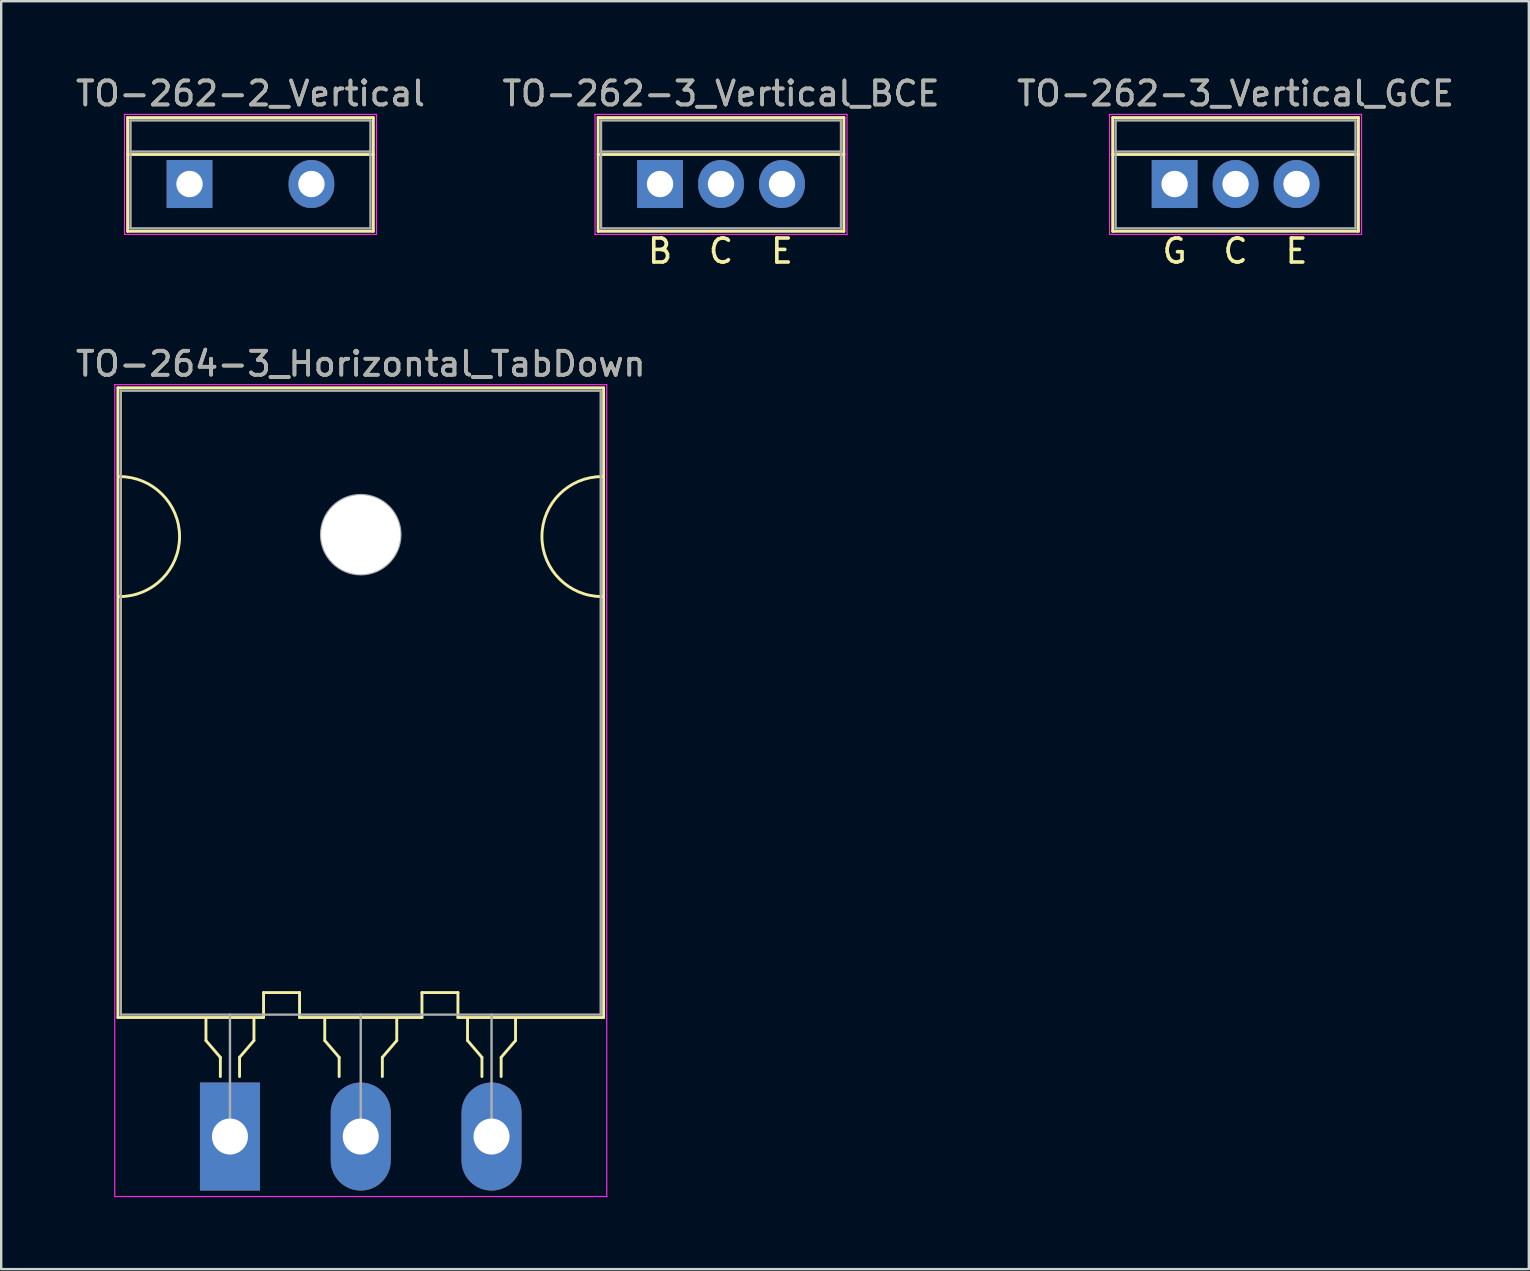
<source format=kicad_pcb>
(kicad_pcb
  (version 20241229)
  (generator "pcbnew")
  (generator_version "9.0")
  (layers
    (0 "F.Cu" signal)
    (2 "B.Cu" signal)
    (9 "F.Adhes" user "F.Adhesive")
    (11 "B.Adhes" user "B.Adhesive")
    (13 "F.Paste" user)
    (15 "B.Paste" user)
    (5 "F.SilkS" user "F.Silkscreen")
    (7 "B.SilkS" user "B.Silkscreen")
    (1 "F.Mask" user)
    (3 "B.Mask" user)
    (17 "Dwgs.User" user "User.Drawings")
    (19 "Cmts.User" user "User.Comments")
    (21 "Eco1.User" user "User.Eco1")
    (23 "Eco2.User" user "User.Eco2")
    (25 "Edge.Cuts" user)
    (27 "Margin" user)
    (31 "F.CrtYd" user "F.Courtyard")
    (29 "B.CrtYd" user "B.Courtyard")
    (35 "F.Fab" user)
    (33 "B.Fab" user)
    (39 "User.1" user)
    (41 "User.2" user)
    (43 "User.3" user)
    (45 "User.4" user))
  (footprint "TO-264-3_Horizontal_TabDown"
    (layer "F.Cu")
    (at 6.532 44.309)
    (property "Reference" "TO-264-3_Horizontal_TabDown" (at 5.45 -32.2 0) (layer "F.SilkS") (effects (font (size 1 1) (thickness 0.15))))
    (attr through_hole)
    (fp_line (start -4.67 -31.2) (end -4.67 -4.96) (stroke (width 0.12) (type solid)) (layer "F.SilkS"))
    (fp_line (start -4.67 -31.2) (end 15.57 -31.2) (stroke (width 0.12) (type solid)) (layer "F.SilkS"))
    (fp_line (start -4.67 -4.96) (end 1.4 -4.96) (stroke (width 0.12) (type solid)) (layer "F.SilkS"))
    (fp_line (start -1 -4.9) (end -1 -4) (stroke (width 0.12) (type solid)) (layer "F.SilkS"))
    (fp_line (start -1 -4) (end -0.4 -3.3) (stroke (width 0.12) (type solid)) (layer "F.SilkS"))
    (fp_line (start -0.4 -3.3) (end -0.4 -2.5) (stroke (width 0.12) (type solid)) (layer "F.SilkS"))
    (fp_line (start 0.4 -3.3) (end 1 -4) (stroke (width 0.12) (type solid)) (layer "F.SilkS"))
    (fp_line (start 0.4 -2.5) (end 0.4 -3.3) (stroke (width 0.12) (type solid)) (layer "F.SilkS"))
    (fp_line (start 1 -4) (end 1 -4.9) (stroke (width 0.12) (type solid)) (layer "F.SilkS"))
    (fp_line (start 1.4 -6) (end 2.9 -6) (stroke (width 0.12) (type solid)) (layer "F.SilkS"))
    (fp_line (start 1.4 -4.96) (end 1.4 -6) (stroke (width 0.12) (type solid)) (layer "F.SilkS"))
    (fp_line (start 2.9 -6) (end 2.9 -4.96) (stroke (width 0.12) (type solid)) (layer "F.SilkS"))
    (fp_line (start 2.9 -4.96) (end 8 -4.96) (stroke (width 0.12) (type solid)) (layer "F.SilkS"))
    (fp_line (start 3.95 -4.9) (end 3.95 -4) (stroke (width 0.12) (type solid)) (layer "F.SilkS"))
    (fp_line (start 3.95 -4) (end 4.55 -3.3) (stroke (width 0.12) (type solid)) (layer "F.SilkS"))
    (fp_line (start 4.55 -3.3) (end 4.55 -2.5) (stroke (width 0.12) (type solid)) (layer "F.SilkS"))
    (fp_line (start 6.35 -3.3) (end 6.95 -4) (stroke (width 0.12) (type solid)) (layer "F.SilkS"))
    (fp_line (start 6.35 -2.5) (end 6.35 -3.3) (stroke (width 0.12) (type solid)) (layer "F.SilkS"))
    (fp_line (start 6.95 -4) (end 6.95 -4.9) (stroke (width 0.12) (type solid)) (layer "F.SilkS"))
    (fp_line (start 8 -6) (end 8 -4.96) (stroke (width 0.12) (type solid)) (layer "F.SilkS"))
    (fp_line (start 9.5 -6) (end 8 -6) (stroke (width 0.12) (type solid)) (layer "F.SilkS"))
    (fp_line (start 9.5 -4.96) (end 9.5 -6) (stroke (width 0.12) (type solid)) (layer "F.SilkS"))
    (fp_line (start 9.5 -4.96) (end 15.57 -4.96) (stroke (width 0.12) (type solid)) (layer "F.SilkS"))
    (fp_line (start 9.9 -4.9) (end 9.9 -4) (stroke (width 0.12) (type solid)) (layer "F.SilkS"))
    (fp_line (start 9.9 -4) (end 10.5 -3.3) (stroke (width 0.12) (type solid)) (layer "F.SilkS"))
    (fp_line (start 10.5 -3.3) (end 10.5 -2.5) (stroke (width 0.12) (type solid)) (layer "F.SilkS"))
    (fp_line (start 11.3 -3.3) (end 11.9 -4) (stroke (width 0.12) (type solid)) (layer "F.SilkS"))
    (fp_line (start 11.3 -2.5) (end 11.3 -3.3) (stroke (width 0.12) (type solid)) (layer "F.SilkS"))
    (fp_line (start 11.9 -4) (end 11.9 -4.9) (stroke (width 0.12) (type solid)) (layer "F.SilkS"))
    (fp_line (start 15.57 -31.2) (end 15.57 -4.96) (stroke (width 0.12) (type solid)) (layer "F.SilkS"))
    (fp_arc (start -4.6 -27.5) (mid -2.1 -25) (end -4.6 -22.5) (stroke (width 0.12) (type solid)) (layer "F.SilkS"))
    (fp_arc (start 15.5 -22.5) (mid 13 -25) (end 15.5 -27.5) (stroke (width 0.12) (type solid)) (layer "F.SilkS"))
    (fp_line (start -4.8 -31.33) (end -4.8 2.5) (stroke (width 0.05) (type solid)) (layer "F.CrtYd"))
    (fp_line (start -4.8 2.5) (end 15.7 2.5) (stroke (width 0.05) (type solid)) (layer "F.CrtYd"))
    (fp_line (start 15.7 -31.33) (end -4.8 -31.33) (stroke (width 0.05) (type solid)) (layer "F.CrtYd"))
    (fp_line (start 15.7 2.5) (end 15.7 -31.33) (stroke (width 0.05) (type solid)) (layer "F.CrtYd"))
    (fp_line (start -4.55 -31.08) (end 15.45 -31.08) (stroke (width 0.1) (type solid)) (layer "F.Fab"))
    (fp_line (start -4.55 -5.08) (end -4.55 -31.08) (stroke (width 0.1) (type solid)) (layer "F.Fab"))
    (fp_line (start 0 -5.08) (end 0 0) (stroke (width 0.1) (type solid)) (layer "F.Fab"))
    (fp_line (start 5.45 -5.08) (end 5.45 0) (stroke (width 0.1) (type solid)) (layer "F.Fab"))
    (fp_line (start 10.9 -5.08) (end 10.9 0) (stroke (width 0.1) (type solid)) (layer "F.Fab"))
    (fp_line (start 15.45 -31.08) (end 15.45 -5.08) (stroke (width 0.1) (type solid)) (layer "F.Fab"))
    (fp_line (start 15.45 -5.08) (end -4.55 -5.08) (stroke (width 0.1) (type solid)) (layer "F.Fab"))
    (fp_circle (center 5.45 -25.08) (end 7.1 -25.08) (stroke (width 0.1) (type solid)) (fill no) (layer "F.Fab"))
    (fp_text user "${REFERENCE}" (at 5.45 -32.2 0) (layer "F.Fab") (effects (font (size 1 1) (thickness 0.15))))
    (pad "" np_thru_hole oval (at 5.45 -25.08) (size 3.3 3.3) (drill 3.3) (layers "*.Cu" "*.Mask"))
    (pad "1" thru_hole rect (at 0 0) (size 2.5 4.5) (drill 1.5) (layers "*.Cu" "*.Mask"))
    (pad "2" thru_hole oval (at 5.45 0) (size 2.5 4.5) (drill 1.5) (layers "*.Cu" "*.Mask"))
    (pad "3" thru_hole oval (at 10.9 0) (size 2.5 4.5) (drill 1.5) (layers "*.Cu" "*.Mask")))
  (footprint "TO-262-3_Vertical_BCE"
    (layer "F.Cu")
    (at 24.454 4.618)
    (property "Reference" "TO-262-3_Vertical_BCE" (at 2.54 -3.77 0) (layer "F.SilkS") (effects (font (size 1 1) (thickness 0.15))))
    (fp_line (start -2.58 -2.77) (end -2.58 1.971) (stroke (width 0.12) (type solid)) (layer "F.SilkS"))
    (fp_line (start -2.58 -2.77) (end 7.66 -2.77) (stroke (width 0.12) (type solid)) (layer "F.SilkS"))
    (fp_line (start -2.58 -1.23) (end 7.66 -1.23) (stroke (width 0.12) (type solid)) (layer "F.SilkS"))
    (fp_line (start -2.58 1.971) (end 7.66 1.971) (stroke (width 0.12) (type solid)) (layer "F.SilkS"))
    (fp_line (start 7.66 -2.77) (end 7.66 1.971) (stroke (width 0.12) (type solid)) (layer "F.SilkS"))
    (fp_line (start -2.71 -2.9) (end -2.71 2.1) (stroke (width 0.05) (type solid)) (layer "F.CrtYd"))
    (fp_line (start -2.71 2.1) (end 7.79 2.1) (stroke (width 0.05) (type solid)) (layer "F.CrtYd"))
    (fp_line (start 7.79 -2.9) (end -2.71 -2.9) (stroke (width 0.05) (type solid)) (layer "F.CrtYd"))
    (fp_line (start 7.79 2.1) (end 7.79 -2.9) (stroke (width 0.05) (type solid)) (layer "F.CrtYd"))
    (fp_line (start -2.46 -2.65) (end -2.46 1.85) (stroke (width 0.1) (type solid)) (layer "F.Fab"))
    (fp_line (start -2.46 -1.35) (end 7.54 -1.35) (stroke (width 0.1) (type solid)) (layer "F.Fab"))
    (fp_line (start -2.46 1.85) (end 7.54 1.85) (stroke (width 0.1) (type solid)) (layer "F.Fab"))
    (fp_line (start 7.54 -2.65) (end -2.46 -2.65) (stroke (width 0.1) (type solid)) (layer "F.Fab"))
    (fp_line (start 7.54 1.85) (end 7.54 -2.65) (stroke (width 0.1) (type solid)) (layer "F.Fab"))
    (fp_text user "B" (at 0 2.794 0) (unlocked yes) (layer "F.SilkS") (effects (font (size 1 1) (thickness 0.15))))
    (fp_text user "C" (at 2.54 2.794 0) (unlocked yes) (layer "F.SilkS") (effects (font (size 1 1) (thickness 0.15))))
    (fp_text user "E" (at 5.08 2.794 0) (unlocked yes) (layer "F.SilkS") (effects (font (size 1 1) (thickness 0.15))))
    (fp_text user "${REFERENCE}" (at 2.54 -3.77 0) (layer "F.Fab") (effects (font (size 1 1) (thickness 0.15))))
    (pad "1" thru_hole rect (at 0 0) (size 1.905 2) (drill 1.1) (layers "*.Cu" "*.Mask"))
    (pad "2" thru_hole oval (at 2.54 0) (size 1.905 2) (drill 1.1) (layers "*.Cu" "*.Mask"))
    (pad "3" thru_hole oval (at 5.08 0) (size 1.905 2) (drill 1.1) (layers "*.Cu" "*.Mask")))
  (footprint "TO-262-3_Vertical_GCE"
    (layer "F.Cu")
    (at 45.895 4.618)
    (property "Reference" "TO-262-3_Vertical_GCE" (at 2.54 -3.77 0) (layer "F.SilkS") (effects (font (size 1 1) (thickness 0.15))))
    (fp_line (start -2.58 -2.77) (end -2.58 1.971) (stroke (width 0.12) (type solid)) (layer "F.SilkS"))
    (fp_line (start -2.58 -2.77) (end 7.66 -2.77) (stroke (width 0.12) (type solid)) (layer "F.SilkS"))
    (fp_line (start -2.58 -1.23) (end 7.66 -1.23) (stroke (width 0.12) (type solid)) (layer "F.SilkS"))
    (fp_line (start -2.58 1.971) (end 7.66 1.971) (stroke (width 0.12) (type solid)) (layer "F.SilkS"))
    (fp_line (start 7.66 -2.77) (end 7.66 1.971) (stroke (width 0.12) (type solid)) (layer "F.SilkS"))
    (fp_line (start -2.71 -2.9) (end -2.71 2.1) (stroke (width 0.05) (type solid)) (layer "F.CrtYd"))
    (fp_line (start -2.71 2.1) (end 7.79 2.1) (stroke (width 0.05) (type solid)) (layer "F.CrtYd"))
    (fp_line (start 7.79 -2.9) (end -2.71 -2.9) (stroke (width 0.05) (type solid)) (layer "F.CrtYd"))
    (fp_line (start 7.79 2.1) (end 7.79 -2.9) (stroke (width 0.05) (type solid)) (layer "F.CrtYd"))
    (fp_line (start -2.46 -2.65) (end -2.46 1.85) (stroke (width 0.1) (type solid)) (layer "F.Fab"))
    (fp_line (start -2.46 -1.35) (end 7.54 -1.35) (stroke (width 0.1) (type solid)) (layer "F.Fab"))
    (fp_line (start -2.46 1.85) (end 7.54 1.85) (stroke (width 0.1) (type solid)) (layer "F.Fab"))
    (fp_line (start 7.54 -2.65) (end -2.46 -2.65) (stroke (width 0.1) (type solid)) (layer "F.Fab"))
    (fp_line (start 7.54 1.85) (end 7.54 -2.65) (stroke (width 0.1) (type solid)) (layer "F.Fab"))
    (fp_text user "G" (at 0 2.794 0) (unlocked yes) (layer "F.SilkS") (effects (font (size 1 1) (thickness 0.15))))
    (fp_text user "C" (at 2.54 2.794 0) (unlocked yes) (layer "F.SilkS") (effects (font (size 1 1) (thickness 0.15))))
    (fp_text user "E" (at 5.08 2.794 0) (unlocked yes) (layer "F.SilkS") (effects (font (size 1 1) (thickness 0.15))))
    (fp_text user "${REFERENCE}" (at 2.54 -3.77 0) (layer "F.Fab") (effects (font (size 1 1) (thickness 0.15))))
    (pad "1" thru_hole rect (at 0 0) (size 1.905 2) (drill 1.1) (layers "*.Cu" "*.Mask"))
    (pad "2" thru_hole oval (at 2.54 0) (size 1.905 2) (drill 1.1) (layers "*.Cu" "*.Mask"))
    (pad "3" thru_hole oval (at 5.08 0) (size 1.905 2) (drill 1.1) (layers "*.Cu" "*.Mask")))
  (footprint "TO-262-2_Vertical"
    (layer "F.Cu")
    (at 4.847 4.618)
    (property "Reference" "TO-262-2_Vertical" (at 2.54 -3.77 0) (layer "F.SilkS") (effects (font (size 1 1) (thickness 0.15))))
    (fp_line (start -2.58 -2.77) (end -2.58 1.971) (stroke (width 0.12) (type solid)) (layer "F.SilkS"))
    (fp_line (start -2.58 -2.77) (end 7.66 -2.77) (stroke (width 0.12) (type solid)) (layer "F.SilkS"))
    (fp_line (start -2.58 -1.23) (end 7.66 -1.23) (stroke (width 0.12) (type solid)) (layer "F.SilkS"))
    (fp_line (start -2.58 1.971) (end 7.66 1.971) (stroke (width 0.12) (type solid)) (layer "F.SilkS"))
    (fp_line (start 7.66 -2.77) (end 7.66 1.971) (stroke (width 0.12) (type solid)) (layer "F.SilkS"))
    (fp_line (start -2.71 -2.9) (end -2.71 2.1) (stroke (width 0.05) (type solid)) (layer "F.CrtYd"))
    (fp_line (start -2.71 2.1) (end 7.79 2.1) (stroke (width 0.05) (type solid)) (layer "F.CrtYd"))
    (fp_line (start 7.79 -2.9) (end -2.71 -2.9) (stroke (width 0.05) (type solid)) (layer "F.CrtYd"))
    (fp_line (start 7.79 2.1) (end 7.79 -2.9) (stroke (width 0.05) (type solid)) (layer "F.CrtYd"))
    (fp_line (start -2.46 -2.65) (end -2.46 1.85) (stroke (width 0.1) (type solid)) (layer "F.Fab"))
    (fp_line (start -2.46 -1.35) (end 7.54 -1.35) (stroke (width 0.1) (type solid)) (layer "F.Fab"))
    (fp_line (start -2.46 1.85) (end 7.54 1.85) (stroke (width 0.1) (type solid)) (layer "F.Fab"))
    (fp_line (start 7.54 -2.65) (end -2.46 -2.65) (stroke (width 0.1) (type solid)) (layer "F.Fab"))
    (fp_line (start 7.54 1.85) (end 7.54 -2.65) (stroke (width 0.1) (type solid)) (layer "F.Fab"))
    (fp_text user "${REFERENCE}" (at 2.54 -3.77 0) (layer "F.Fab") (effects (font (size 1 1) (thickness 0.15))))
    (pad "1" thru_hole rect (at 0 0) (size 1.905 2) (drill 1.1) (layers "*.Cu" "*.Mask"))
    (pad "3" thru_hole oval (at 5.08 0) (size 1.905 2) (drill 1.1) (layers "*.Cu" "*.Mask")))
  (gr_rect
    (start -3 -3)
    (end 60.655 49.834)
    (stroke (width 0.1) (type default))
    (fill no)
    (layer "Edge.Cuts")))
</source>
